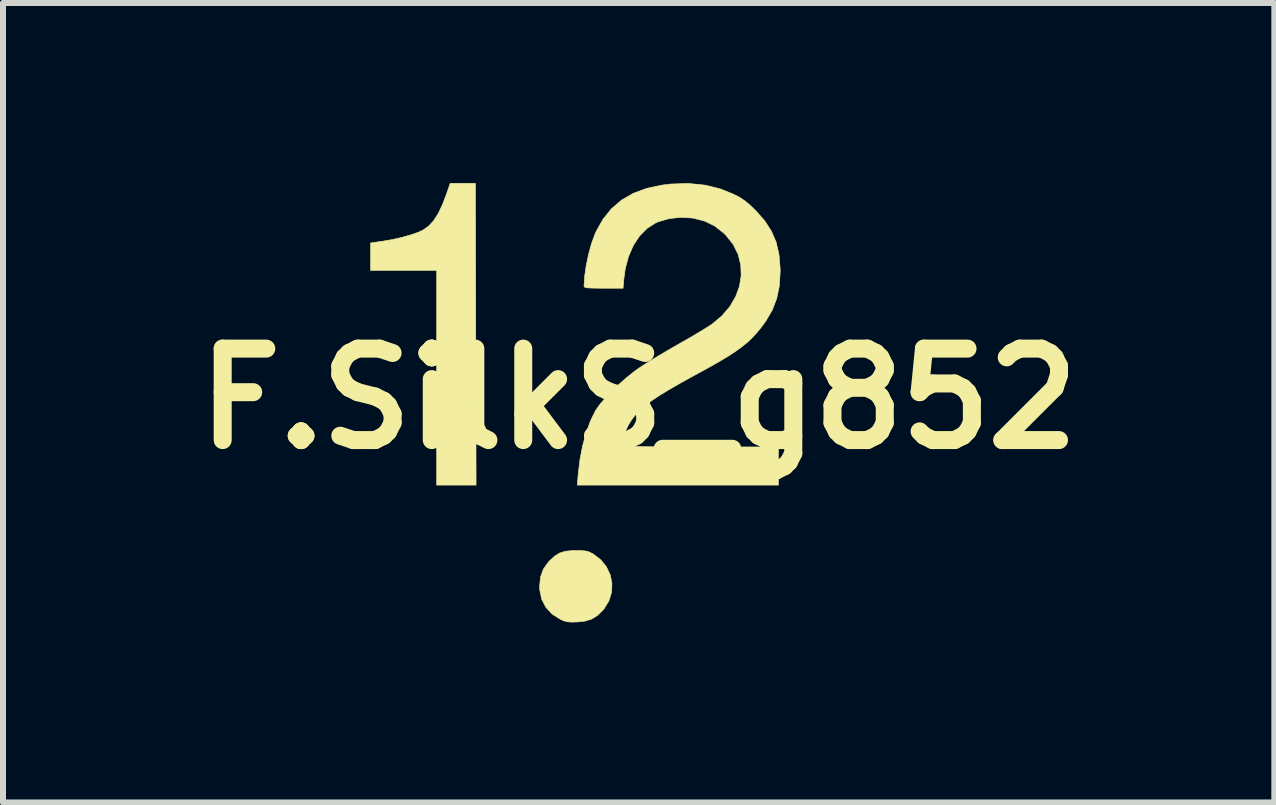
<source format=kicad_pcb>
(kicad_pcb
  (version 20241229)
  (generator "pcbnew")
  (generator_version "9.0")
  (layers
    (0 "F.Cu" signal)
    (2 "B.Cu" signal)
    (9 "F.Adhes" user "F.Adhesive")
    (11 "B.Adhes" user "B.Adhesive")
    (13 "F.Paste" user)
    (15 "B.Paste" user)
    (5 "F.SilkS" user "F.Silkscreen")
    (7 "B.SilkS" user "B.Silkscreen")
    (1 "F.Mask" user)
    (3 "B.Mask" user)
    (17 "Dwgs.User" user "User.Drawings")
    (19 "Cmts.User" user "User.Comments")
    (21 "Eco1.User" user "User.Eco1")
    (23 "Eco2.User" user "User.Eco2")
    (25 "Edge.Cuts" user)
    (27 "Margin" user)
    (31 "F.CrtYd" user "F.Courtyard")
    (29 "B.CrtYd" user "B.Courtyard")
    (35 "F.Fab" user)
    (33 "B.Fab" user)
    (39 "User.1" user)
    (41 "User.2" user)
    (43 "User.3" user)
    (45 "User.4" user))
  (footprint "F.SilkS_g852"
    (layer "F.Cu")
    (at 7.591 3.593)
    (property "Reference" "F.SilkS_g852" (at 0 0 0) (layer "F.SilkS") (effects (font (size 1.524 1.524) (thickness 0.3))))
    (attr through_hole)
    (fp_poly (pts (xy -2.709 1.439) (xy -3.365 1.439) (xy -3.365 -2.138) (xy -4.466 -2.138) (xy -4.466 -2.595) (xy -4.274 -2.623) (xy -4.113 -2.65) (xy -3.953 -2.686) (xy -3.805 -2.727) (xy -3.679 -2.77) (xy -3.594 -2.809) (xy -3.5 -2.875) (xy -3.416 -2.966) (xy -3.339 -3.086) (xy -3.266 -3.241) (xy -3.207 -3.397) (xy -3.14 -3.588) (xy -2.72 -3.588) (xy -2.709 1.439)) (stroke (width 0.01) (type solid)) (fill yes) (layer "F.SilkS"))
    (fp_poly (pts (xy -0.952 2.531) (xy -0.884 2.537) (xy -0.833 2.55) (xy -0.783 2.574) (xy -0.758 2.587) (xy -0.631 2.684) (xy -0.536 2.803) (xy -0.473 2.937) (xy -0.445 3.079) (xy -0.452 3.225) (xy -0.495 3.367) (xy -0.576 3.499) (xy -0.597 3.524) (xy -0.689 3.613) (xy -0.785 3.672) (xy -0.898 3.706) (xy -1.027 3.72) (xy -1.12 3.722) (xy -1.188 3.717) (xy -1.246 3.701) (xy -1.302 3.677) (xy -1.44 3.589) (xy -1.545 3.477) (xy -1.615 3.342) (xy -1.648 3.186) (xy -1.65 3.122) (xy -1.635 2.97) (xy -1.588 2.84) (xy -1.505 2.723) (xy -1.486 2.702) (xy -1.4 2.623) (xy -1.316 2.571) (xy -1.221 2.542) (xy -1.103 2.53) (xy -1.048 2.53) (xy -0.952 2.531)) (stroke (width 0.01) (type solid)) (fill yes) (layer "F.SilkS"))
    (fp_poly (pts (xy 1.11 -3.558) (xy 1.369 -3.493) (xy 1.587 -3.404) (xy 1.682 -3.355) (xy 1.763 -3.301) (xy 1.844 -3.235) (xy 1.937 -3.147) (xy 1.949 -3.135) (xy 2.099 -2.965) (xy 2.212 -2.791) (xy 2.291 -2.606) (xy 2.338 -2.401) (xy 2.357 -2.172) (xy 2.358 -2.117) (xy 2.344 -1.882) (xy 2.301 -1.673) (xy 2.227 -1.479) (xy 2.117 -1.291) (xy 2.035 -1.18) (xy 1.961 -1.091) (xy 1.885 -1.01) (xy 1.805 -0.934) (xy 1.713 -0.86) (xy 1.607 -0.784) (xy 1.482 -0.703) (xy 1.332 -0.613) (xy 1.153 -0.512) (xy 0.941 -0.396) (xy 0.931 -0.391) (xy 0.703 -0.265) (xy 0.51 -0.154) (xy 0.347 -0.055) (xy 0.213 0.035) (xy 0.102 0.119) (xy 0.012 0.199) (xy -0.062 0.278) (xy -0.123 0.359) (xy -0.164 0.426) (xy -0.2 0.497) (xy -0.236 0.582) (xy -0.267 0.667) (xy -0.289 0.741) (xy -0.296 0.787) (xy -0.276 0.79) (xy -0.216 0.793) (xy -0.122 0.796) (xy 0.004 0.798) (xy 0.158 0.8) (xy 0.336 0.802) (xy 0.535 0.803) (xy 0.751 0.804) (xy 0.981 0.804) (xy 1.016 0.804) (xy 2.328 0.804) (xy 2.328 1.439) (xy -1.022 1.439) (xy -1.007 1.254) (xy -0.979 1.021) (xy -0.935 0.789) (xy -0.875 0.57) (xy -0.804 0.372) (xy -0.723 0.207) (xy -0.718 0.198) (xy -0.654 0.105) (xy -0.562 -0.004) (xy -0.45 -0.122) (xy -0.325 -0.242) (xy -0.194 -0.357) (xy -0.065 -0.46) (xy 0.021 -0.521) (xy 0.108 -0.578) (xy 0.223 -0.649) (xy 0.356 -0.729) (xy 0.497 -0.812) (xy 0.637 -0.893) (xy 0.667 -0.91) (xy 0.797 -0.984) (xy 0.924 -1.058) (xy 1.039 -1.126) (xy 1.134 -1.185) (xy 1.203 -1.229) (xy 1.22 -1.24) (xy 1.386 -1.379) (xy 1.518 -1.533) (xy 1.616 -1.7) (xy 1.68 -1.874) (xy 1.708 -2.052) (xy 1.701 -2.23) (xy 1.658 -2.403) (xy 1.578 -2.567) (xy 1.46 -2.717) (xy 1.416 -2.761) (xy 1.266 -2.878) (xy 1.104 -2.958) (xy 0.92 -3.006) (xy 0.89 -3.011) (xy 0.699 -3.022) (xy 0.509 -3.001) (xy 0.334 -2.951) (xy 0.284 -2.93) (xy 0.141 -2.839) (xy 0.016 -2.713) (xy -0.088 -2.556) (xy -0.168 -2.372) (xy -0.224 -2.165) (xy -0.248 -1.986) (xy -0.26 -1.841) (xy -0.585 -1.841) (xy -0.709 -1.842) (xy -0.797 -1.844) (xy -0.855 -1.847) (xy -0.889 -1.853) (xy -0.905 -1.863) (xy -0.91 -1.876) (xy -0.91 -1.879) (xy -0.9 -2.038) (xy -0.874 -2.218) (xy -0.835 -2.404) (xy -0.786 -2.583) (xy -0.73 -2.738) (xy -0.711 -2.782) (xy -0.595 -2.989) (xy -0.453 -3.165) (xy -0.286 -3.308) (xy -0.09 -3.422) (xy 0.134 -3.505) (xy 0.388 -3.559) (xy 0.537 -3.577) (xy 0.833 -3.586) (xy 1.11 -3.558)) (stroke (width 0.01) (type solid)) (fill yes) (layer "F.SilkS")))
  (gr_rect
    (start -3 -3)
    (end 18.182 10.32)
    (stroke (width 0.1) (type default))
    (fill no)
    (layer "Edge.Cuts")))
</source>
